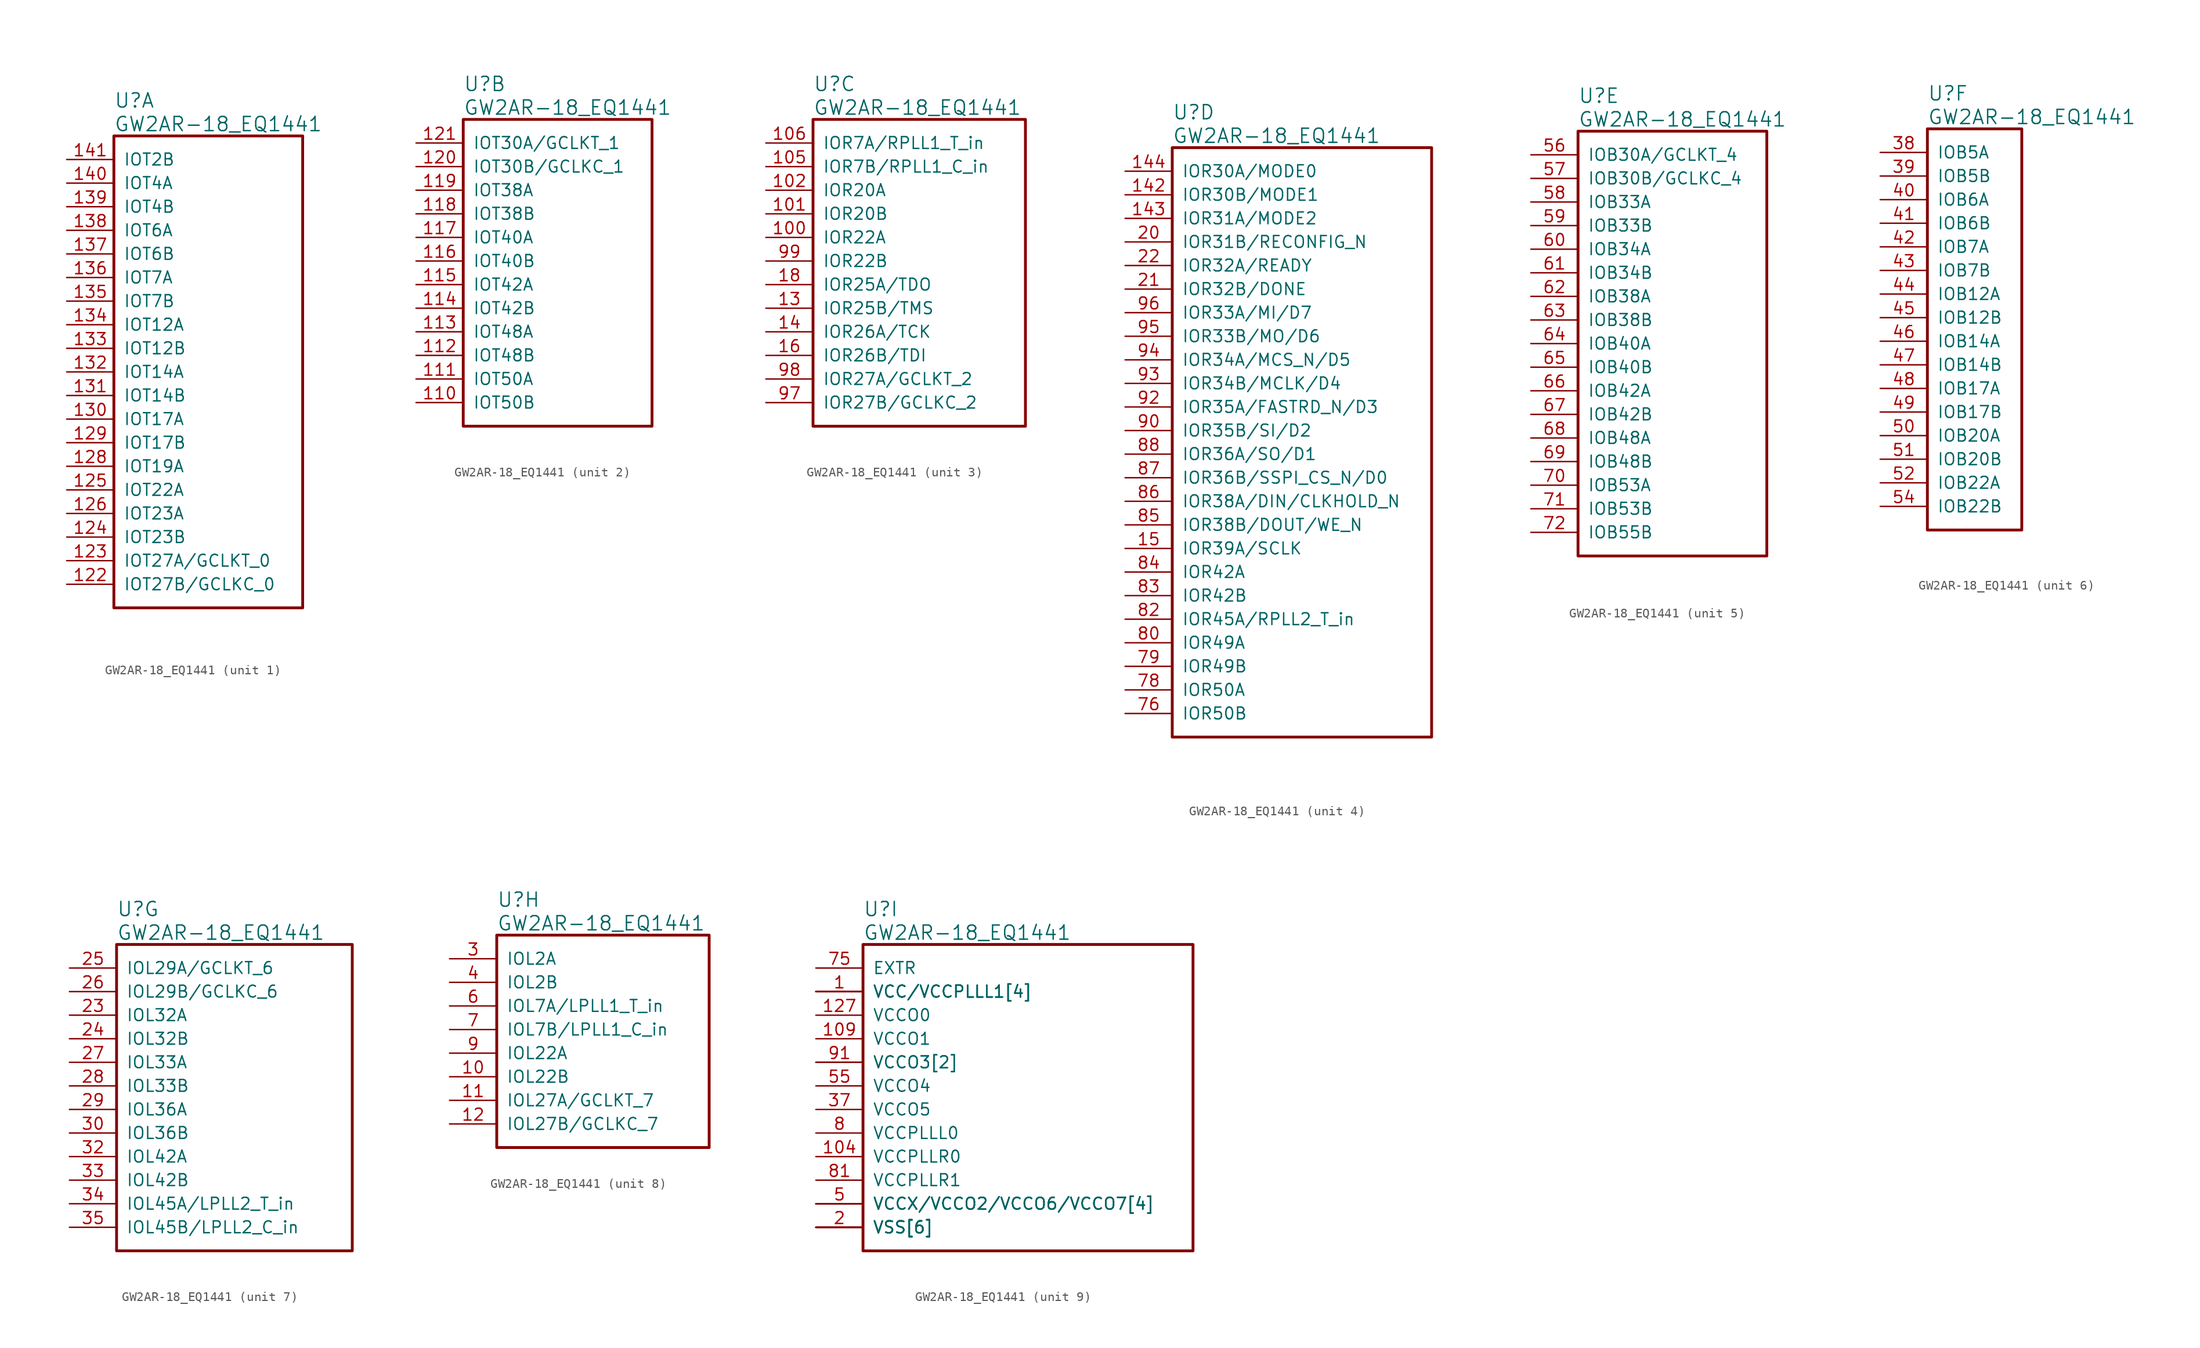
<source format=kicad_sym>
(kicad_symbol_lib
  (version 20220914)
  (generator kicad_symbol_editor)
  (symbol "GW2AR-18_EQ1441"
    (pin_names
      (offset 1.016))
    (property "Reference" "U"
      (at 5.08 6.35 0)
      (effects (font (size 1.524 1.524)) (justify left)))
    (property "Value" "GW2AR-18_EQ1441"
      (at 5.08 3.81 0)
      (effects (font (size 1.524 1.524)) (justify left)))
    (property "ki_locked" ""
      (at 0 0 0)
      (effects (font (size 1.27 1.27))))
    (symbol "GW2AR-18_EQ1441_1_1"
      (rectangle (start 5.08 2.54) (end 25.4 -48.26) (stroke (width 0.305) (type solid)) (fill (type none)))
      (pin bidirectional line (at 0 -45.72 0) (length 5.08) (name "IOT27B/GCLKC_0" (effects (font (size 1.27 1.27)))) (number "122" (effects (font (size 1.27 1.27)))))
      (pin bidirectional line (at 0 -43.18 0) (length 5.08) (name "IOT27A/GCLKT_0" (effects (font (size 1.27 1.27)))) (number "123" (effects (font (size 1.27 1.27)))))
      (pin bidirectional line (at 0 -40.64 0) (length 5.08) (name "IOT23B" (effects (font (size 1.27 1.27)))) (number "124" (effects (font (size 1.27 1.27)))))
      (pin bidirectional line (at 0 -35.56 0) (length 5.08) (name "IOT22A" (effects (font (size 1.27 1.27)))) (number "125" (effects (font (size 1.27 1.27)))))
      (pin bidirectional line (at 0 -38.1 0) (length 5.08) (name "IOT23A" (effects (font (size 1.27 1.27)))) (number "126" (effects (font (size 1.27 1.27)))))
      (pin bidirectional line (at 0 -33.02 0) (length 5.08) (name "IOT19A" (effects (font (size 1.27 1.27)))) (number "128" (effects (font (size 1.27 1.27)))))
      (pin bidirectional line (at 0 -30.48 0) (length 5.08) (name "IOT17B" (effects (font (size 1.27 1.27)))) (number "129" (effects (font (size 1.27 1.27)))))
      (pin bidirectional line (at 0 -27.94 0) (length 5.08) (name "IOT17A" (effects (font (size 1.27 1.27)))) (number "130" (effects (font (size 1.27 1.27)))))
      (pin bidirectional line (at 0 -25.4 0) (length 5.08) (name "IOT14B" (effects (font (size 1.27 1.27)))) (number "131" (effects (font (size 1.27 1.27)))))
      (pin bidirectional line (at 0 -22.86 0) (length 5.08) (name "IOT14A" (effects (font (size 1.27 1.27)))) (number "132" (effects (font (size 1.27 1.27)))))
      (pin bidirectional line (at 0 -20.32 0) (length 5.08) (name "IOT12B" (effects (font (size 1.27 1.27)))) (number "133" (effects (font (size 1.27 1.27)))))
      (pin bidirectional line (at 0 -17.78 0) (length 5.08) (name "IOT12A" (effects (font (size 1.27 1.27)))) (number "134" (effects (font (size 1.27 1.27)))))
      (pin bidirectional line (at 0 -15.24 0) (length 5.08) (name "IOT7B" (effects (font (size 1.27 1.27)))) (number "135" (effects (font (size 1.27 1.27)))))
      (pin bidirectional line (at 0 -12.7 0) (length 5.08) (name "IOT7A" (effects (font (size 1.27 1.27)))) (number "136" (effects (font (size 1.27 1.27)))))
      (pin bidirectional line (at 0 -10.16 0) (length 5.08) (name "IOT6B" (effects (font (size 1.27 1.27)))) (number "137" (effects (font (size 1.27 1.27)))))
      (pin bidirectional line (at 0 -7.62 0) (length 5.08) (name "IOT6A" (effects (font (size 1.27 1.27)))) (number "138" (effects (font (size 1.27 1.27)))))
      (pin bidirectional line (at 0 -5.08 0) (length 5.08) (name "IOT4B" (effects (font (size 1.27 1.27)))) (number "139" (effects (font (size 1.27 1.27)))))
      (pin bidirectional line (at 0 -2.54 0) (length 5.08) (name "IOT4A" (effects (font (size 1.27 1.27)))) (number "140" (effects (font (size 1.27 1.27)))))
      (pin bidirectional line (at 0 0 0) (length 5.08) (name "IOT2B" (effects (font (size 1.27 1.27)))) (number "141" (effects (font (size 1.27 1.27))))))
    (symbol "GW2AR-18_EQ1441_2_1"
      (rectangle (start 5.08 2.54) (end 25.4 -30.48) (stroke (width 0.305) (type solid)) (fill (type none)))
      (pin bidirectional line (at 0 -27.94 0) (length 5.08) (name "IOT50B" (effects (font (size 1.27 1.27)))) (number "110" (effects (font (size 1.27 1.27)))))
      (pin bidirectional line (at 0 -25.4 0) (length 5.08) (name "IOT50A" (effects (font (size 1.27 1.27)))) (number "111" (effects (font (size 1.27 1.27)))))
      (pin bidirectional line (at 0 -22.86 0) (length 5.08) (name "IOT48B" (effects (font (size 1.27 1.27)))) (number "112" (effects (font (size 1.27 1.27)))))
      (pin bidirectional line (at 0 -20.32 0) (length 5.08) (name "IOT48A" (effects (font (size 1.27 1.27)))) (number "113" (effects (font (size 1.27 1.27)))))
      (pin bidirectional line (at 0 -17.78 0) (length 5.08) (name "IOT42B" (effects (font (size 1.27 1.27)))) (number "114" (effects (font (size 1.27 1.27)))))
      (pin bidirectional line (at 0 -15.24 0) (length 5.08) (name "IOT42A" (effects (font (size 1.27 1.27)))) (number "115" (effects (font (size 1.27 1.27)))))
      (pin bidirectional line (at 0 -12.7 0) (length 5.08) (name "IOT40B" (effects (font (size 1.27 1.27)))) (number "116" (effects (font (size 1.27 1.27)))))
      (pin bidirectional line (at 0 -10.16 0) (length 5.08) (name "IOT40A" (effects (font (size 1.27 1.27)))) (number "117" (effects (font (size 1.27 1.27)))))
      (pin bidirectional line (at 0 -7.62 0) (length 5.08) (name "IOT38B" (effects (font (size 1.27 1.27)))) (number "118" (effects (font (size 1.27 1.27)))))
      (pin bidirectional line (at 0 -5.08 0) (length 5.08) (name "IOT38A" (effects (font (size 1.27 1.27)))) (number "119" (effects (font (size 1.27 1.27)))))
      (pin bidirectional line (at 0 -2.54 0) (length 5.08) (name "IOT30B/GCLKC_1" (effects (font (size 1.27 1.27)))) (number "120" (effects (font (size 1.27 1.27)))))
      (pin bidirectional line (at 0 0 0) (length 5.08) (name "IOT30A/GCLKT_1" (effects (font (size 1.27 1.27)))) (number "121" (effects (font (size 1.27 1.27))))))
    (symbol "GW2AR-18_EQ1441_3_1"
      (rectangle (start 5.08 2.54) (end 27.94 -30.48) (stroke (width 0.305) (type solid)) (fill (type none)))
      (pin bidirectional line (at 0 -10.16 0) (length 5.08) (name "IOR22A" (effects (font (size 1.27 1.27)))) (number "100" (effects (font (size 1.27 1.27)))))
      (pin bidirectional line (at 0 -7.62 0) (length 5.08) (name "IOR20B" (effects (font (size 1.27 1.27)))) (number "101" (effects (font (size 1.27 1.27)))))
      (pin bidirectional line (at 0 -5.08 0) (length 5.08) (name "IOR20A" (effects (font (size 1.27 1.27)))) (number "102" (effects (font (size 1.27 1.27)))))
      (pin bidirectional line (at 0 -2.54 0) (length 5.08) (name "IOR7B/RPLL1_C_in" (effects (font (size 1.27 1.27)))) (number "105" (effects (font (size 1.27 1.27)))))
      (pin bidirectional line (at 0 0 0) (length 5.08) (name "IOR7A/RPLL1_T_in" (effects (font (size 1.27 1.27)))) (number "106" (effects (font (size 1.27 1.27)))))
      (pin bidirectional line (at 0 -17.78 0) (length 5.08) (name "IOR25B/TMS" (effects (font (size 1.27 1.27)))) (number "13" (effects (font (size 1.27 1.27)))))
      (pin bidirectional line (at 0 -20.32 0) (length 5.08) (name "IOR26A/TCK" (effects (font (size 1.27 1.27)))) (number "14" (effects (font (size 1.27 1.27)))))
      (pin bidirectional line (at 0 -22.86 0) (length 5.08) (name "IOR26B/TDI" (effects (font (size 1.27 1.27)))) (number "16" (effects (font (size 1.27 1.27)))))
      (pin bidirectional line (at 0 -15.24 0) (length 5.08) (name "IOR25A/TDO" (effects (font (size 1.27 1.27)))) (number "18" (effects (font (size 1.27 1.27)))))
      (pin bidirectional line (at 0 -27.94 0) (length 5.08) (name "IOR27B/GCLKC_2" (effects (font (size 1.27 1.27)))) (number "97" (effects (font (size 1.27 1.27)))))
      (pin bidirectional line (at 0 -25.4 0) (length 5.08) (name "IOR27A/GCLKT_2" (effects (font (size 1.27 1.27)))) (number "98" (effects (font (size 1.27 1.27)))))
      (pin bidirectional line (at 0 -12.7 0) (length 5.08) (name "IOR22B" (effects (font (size 1.27 1.27)))) (number "99" (effects (font (size 1.27 1.27))))))
    (symbol "GW2AR-18_EQ1441_4_1"
      (rectangle (start 5.08 2.54) (end 33.02 -60.96) (stroke (width 0.305) (type solid)) (fill (type none)))
      (pin bidirectional line (at 0 -2.54 0) (length 5.08) (name "IOR30B/MODE1" (effects (font (size 1.27 1.27)))) (number "142" (effects (font (size 1.27 1.27)))))
      (pin bidirectional line (at 0 -5.08 0) (length 5.08) (name "IOR31A/MODE2" (effects (font (size 1.27 1.27)))) (number "143" (effects (font (size 1.27 1.27)))))
      (pin bidirectional line (at 0 0 0) (length 5.08) (name "IOR30A/MODE0" (effects (font (size 1.27 1.27)))) (number "144" (effects (font (size 1.27 1.27)))))
      (pin bidirectional line (at 0 -40.64 0) (length 5.08) (name "IOR39A/SCLK" (effects (font (size 1.27 1.27)))) (number "15" (effects (font (size 1.27 1.27)))))
      (pin bidirectional line (at 0 -7.62 0) (length 5.08) (name "IOR31B/RECONFIG_N" (effects (font (size 1.27 1.27)))) (number "20" (effects (font (size 1.27 1.27)))))
      (pin bidirectional line (at 0 -12.7 0) (length 5.08) (name "IOR32B/DONE" (effects (font (size 1.27 1.27)))) (number "21" (effects (font (size 1.27 1.27)))))
      (pin bidirectional line (at 0 -10.16 0) (length 5.08) (name "IOR32A/READY" (effects (font (size 1.27 1.27)))) (number "22" (effects (font (size 1.27 1.27)))))
      (pin bidirectional line (at 0 -58.42 0) (length 5.08) (name "IOR50B" (effects (font (size 1.27 1.27)))) (number "76" (effects (font (size 1.27 1.27)))))
      (pin bidirectional line (at 0 -55.88 0) (length 5.08) (name "IOR50A" (effects (font (size 1.27 1.27)))) (number "78" (effects (font (size 1.27 1.27)))))
      (pin bidirectional line (at 0 -53.34 0) (length 5.08) (name "IOR49B" (effects (font (size 1.27 1.27)))) (number "79" (effects (font (size 1.27 1.27)))))
      (pin bidirectional line (at 0 -50.8 0) (length 5.08) (name "IOR49A" (effects (font (size 1.27 1.27)))) (number "80" (effects (font (size 1.27 1.27)))))
      (pin bidirectional line (at 0 -48.26 0) (length 5.08) (name "IOR45A/RPLL2_T_in" (effects (font (size 1.27 1.27)))) (number "82" (effects (font (size 1.27 1.27)))))
      (pin bidirectional line (at 0 -45.72 0) (length 5.08) (name "IOR42B" (effects (font (size 1.27 1.27)))) (number "83" (effects (font (size 1.27 1.27)))))
      (pin bidirectional line (at 0 -43.18 0) (length 5.08) (name "IOR42A" (effects (font (size 1.27 1.27)))) (number "84" (effects (font (size 1.27 1.27)))))
      (pin bidirectional line (at 0 -38.1 0) (length 5.08) (name "IOR38B/DOUT/WE_N" (effects (font (size 1.27 1.27)))) (number "85" (effects (font (size 1.27 1.27)))))
      (pin bidirectional line (at 0 -35.56 0) (length 5.08) (name "IOR38A/DIN/CLKHOLD_N" (effects (font (size 1.27 1.27)))) (number "86" (effects (font (size 1.27 1.27)))))
      (pin bidirectional line (at 0 -33.02 0) (length 5.08) (name "IOR36B/SSPI_CS_N/D0" (effects (font (size 1.27 1.27)))) (number "87" (effects (font (size 1.27 1.27)))))
      (pin bidirectional line (at 0 -30.48 0) (length 5.08) (name "IOR36A/SO/D1" (effects (font (size 1.27 1.27)))) (number "88" (effects (font (size 1.27 1.27)))))
      (pin bidirectional line (at 0 -27.94 0) (length 5.08) (name "IOR35B/SI/D2" (effects (font (size 1.27 1.27)))) (number "90" (effects (font (size 1.27 1.27)))))
      (pin bidirectional line (at 0 -25.4 0) (length 5.08) (name "IOR35A/FASTRD_N/D3" (effects (font (size 1.27 1.27)))) (number "92" (effects (font (size 1.27 1.27)))))
      (pin bidirectional line (at 0 -22.86 0) (length 5.08) (name "IOR34B/MCLK/D4" (effects (font (size 1.27 1.27)))) (number "93" (effects (font (size 1.27 1.27)))))
      (pin bidirectional line (at 0 -20.32 0) (length 5.08) (name "IOR34A/MCS_N/D5" (effects (font (size 1.27 1.27)))) (number "94" (effects (font (size 1.27 1.27)))))
      (pin bidirectional line (at 0 -17.78 0) (length 5.08) (name "IOR33B/MO/D6" (effects (font (size 1.27 1.27)))) (number "95" (effects (font (size 1.27 1.27)))))
      (pin bidirectional line (at 0 -15.24 0) (length 5.08) (name "IOR33A/MI/D7" (effects (font (size 1.27 1.27)))) (number "96" (effects (font (size 1.27 1.27))))))
    (symbol "GW2AR-18_EQ1441_5_1"
      (rectangle (start 5.08 2.54) (end 25.4 -43.18) (stroke (width 0.305) (type solid)) (fill (type none)))
      (pin bidirectional line (at 0 0 0) (length 5.08) (name "IOB30A/GCLKT_4" (effects (font (size 1.27 1.27)))) (number "56" (effects (font (size 1.27 1.27)))))
      (pin bidirectional line (at 0 -2.54 0) (length 5.08) (name "IOB30B/GCLKC_4" (effects (font (size 1.27 1.27)))) (number "57" (effects (font (size 1.27 1.27)))))
      (pin bidirectional line (at 0 -5.08 0) (length 5.08) (name "IOB33A" (effects (font (size 1.27 1.27)))) (number "58" (effects (font (size 1.27 1.27)))))
      (pin bidirectional line (at 0 -7.62 0) (length 5.08) (name "IOB33B" (effects (font (size 1.27 1.27)))) (number "59" (effects (font (size 1.27 1.27)))))
      (pin bidirectional line (at 0 -10.16 0) (length 5.08) (name "IOB34A" (effects (font (size 1.27 1.27)))) (number "60" (effects (font (size 1.27 1.27)))))
      (pin bidirectional line (at 0 -12.7 0) (length 5.08) (name "IOB34B" (effects (font (size 1.27 1.27)))) (number "61" (effects (font (size 1.27 1.27)))))
      (pin bidirectional line (at 0 -15.24 0) (length 5.08) (name "IOB38A" (effects (font (size 1.27 1.27)))) (number "62" (effects (font (size 1.27 1.27)))))
      (pin bidirectional line (at 0 -17.78 0) (length 5.08) (name "IOB38B" (effects (font (size 1.27 1.27)))) (number "63" (effects (font (size 1.27 1.27)))))
      (pin bidirectional line (at 0 -20.32 0) (length 5.08) (name "IOB40A" (effects (font (size 1.27 1.27)))) (number "64" (effects (font (size 1.27 1.27)))))
      (pin bidirectional line (at 0 -22.86 0) (length 5.08) (name "IOB40B" (effects (font (size 1.27 1.27)))) (number "65" (effects (font (size 1.27 1.27)))))
      (pin bidirectional line (at 0 -25.4 0) (length 5.08) (name "IOB42A" (effects (font (size 1.27 1.27)))) (number "66" (effects (font (size 1.27 1.27)))))
      (pin bidirectional line (at 0 -27.94 0) (length 5.08) (name "IOB42B" (effects (font (size 1.27 1.27)))) (number "67" (effects (font (size 1.27 1.27)))))
      (pin bidirectional line (at 0 -30.48 0) (length 5.08) (name "IOB48A" (effects (font (size 1.27 1.27)))) (number "68" (effects (font (size 1.27 1.27)))))
      (pin bidirectional line (at 0 -33.02 0) (length 5.08) (name "IOB48B" (effects (font (size 1.27 1.27)))) (number "69" (effects (font (size 1.27 1.27)))))
      (pin bidirectional line (at 0 -35.56 0) (length 5.08) (name "IOB53A" (effects (font (size 1.27 1.27)))) (number "70" (effects (font (size 1.27 1.27)))))
      (pin bidirectional line (at 0 -38.1 0) (length 5.08) (name "IOB53B" (effects (font (size 1.27 1.27)))) (number "71" (effects (font (size 1.27 1.27)))))
      (pin bidirectional line (at 0 -40.64 0) (length 5.08) (name "IOB55B" (effects (font (size 1.27 1.27)))) (number "72" (effects (font (size 1.27 1.27))))))
    (symbol "GW2AR-18_EQ1441_6_1"
      (rectangle (start 5.08 2.54) (end 15.24 -40.64) (stroke (width 0.305) (type solid)) (fill (type none)))
      (pin bidirectional line (at 0 0 0) (length 5.08) (name "IOB5A" (effects (font (size 1.27 1.27)))) (number "38" (effects (font (size 1.27 1.27)))))
      (pin bidirectional line (at 0 -2.54 0) (length 5.08) (name "IOB5B" (effects (font (size 1.27 1.27)))) (number "39" (effects (font (size 1.27 1.27)))))
      (pin bidirectional line (at 0 -5.08 0) (length 5.08) (name "IOB6A" (effects (font (size 1.27 1.27)))) (number "40" (effects (font (size 1.27 1.27)))))
      (pin bidirectional line (at 0 -7.62 0) (length 5.08) (name "IOB6B" (effects (font (size 1.27 1.27)))) (number "41" (effects (font (size 1.27 1.27)))))
      (pin bidirectional line (at 0 -10.16 0) (length 5.08) (name "IOB7A" (effects (font (size 1.27 1.27)))) (number "42" (effects (font (size 1.27 1.27)))))
      (pin bidirectional line (at 0 -12.7 0) (length 5.08) (name "IOB7B" (effects (font (size 1.27 1.27)))) (number "43" (effects (font (size 1.27 1.27)))))
      (pin bidirectional line (at 0 -15.24 0) (length 5.08) (name "IOB12A" (effects (font (size 1.27 1.27)))) (number "44" (effects (font (size 1.27 1.27)))))
      (pin bidirectional line (at 0 -17.78 0) (length 5.08) (name "IOB12B" (effects (font (size 1.27 1.27)))) (number "45" (effects (font (size 1.27 1.27)))))
      (pin bidirectional line (at 0 -20.32 0) (length 5.08) (name "IOB14A" (effects (font (size 1.27 1.27)))) (number "46" (effects (font (size 1.27 1.27)))))
      (pin bidirectional line (at 0 -22.86 0) (length 5.08) (name "IOB14B" (effects (font (size 1.27 1.27)))) (number "47" (effects (font (size 1.27 1.27)))))
      (pin bidirectional line (at 0 -25.4 0) (length 5.08) (name "IOB17A" (effects (font (size 1.27 1.27)))) (number "48" (effects (font (size 1.27 1.27)))))
      (pin bidirectional line (at 0 -27.94 0) (length 5.08) (name "IOB17B" (effects (font (size 1.27 1.27)))) (number "49" (effects (font (size 1.27 1.27)))))
      (pin bidirectional line (at 0 -30.48 0) (length 5.08) (name "IOB20A" (effects (font (size 1.27 1.27)))) (number "50" (effects (font (size 1.27 1.27)))))
      (pin bidirectional line (at 0 -33.02 0) (length 5.08) (name "IOB20B" (effects (font (size 1.27 1.27)))) (number "51" (effects (font (size 1.27 1.27)))))
      (pin bidirectional line (at 0 -35.56 0) (length 5.08) (name "IOB22A" (effects (font (size 1.27 1.27)))) (number "52" (effects (font (size 1.27 1.27)))))
      (pin bidirectional line (at 0 -38.1 0) (length 5.08) (name "IOB22B" (effects (font (size 1.27 1.27)))) (number "54" (effects (font (size 1.27 1.27))))))
    (symbol "GW2AR-18_EQ1441_7_1"
      (rectangle (start 5.08 2.54) (end 30.48 -30.48) (stroke (width 0.305) (type solid)) (fill (type none)))
      (pin bidirectional line (at 0 -5.08 0) (length 5.08) (name "IOL32A" (effects (font (size 1.27 1.27)))) (number "23" (effects (font (size 1.27 1.27)))))
      (pin bidirectional line (at 0 -7.62 0) (length 5.08) (name "IOL32B" (effects (font (size 1.27 1.27)))) (number "24" (effects (font (size 1.27 1.27)))))
      (pin bidirectional line (at 0 0 0) (length 5.08) (name "IOL29A/GCLKT_6" (effects (font (size 1.27 1.27)))) (number "25" (effects (font (size 1.27 1.27)))))
      (pin bidirectional line (at 0 -2.54 0) (length 5.08) (name "IOL29B/GCLKC_6" (effects (font (size 1.27 1.27)))) (number "26" (effects (font (size 1.27 1.27)))))
      (pin bidirectional line (at 0 -10.16 0) (length 5.08) (name "IOL33A" (effects (font (size 1.27 1.27)))) (number "27" (effects (font (size 1.27 1.27)))))
      (pin bidirectional line (at 0 -12.7 0) (length 5.08) (name "IOL33B" (effects (font (size 1.27 1.27)))) (number "28" (effects (font (size 1.27 1.27)))))
      (pin bidirectional line (at 0 -15.24 0) (length 5.08) (name "IOL36A" (effects (font (size 1.27 1.27)))) (number "29" (effects (font (size 1.27 1.27)))))
      (pin bidirectional line (at 0 -17.78 0) (length 5.08) (name "IOL36B" (effects (font (size 1.27 1.27)))) (number "30" (effects (font (size 1.27 1.27)))))
      (pin bidirectional line (at 0 -20.32 0) (length 5.08) (name "IOL42A" (effects (font (size 1.27 1.27)))) (number "32" (effects (font (size 1.27 1.27)))))
      (pin bidirectional line (at 0 -22.86 0) (length 5.08) (name "IOL42B" (effects (font (size 1.27 1.27)))) (number "33" (effects (font (size 1.27 1.27)))))
      (pin bidirectional line (at 0 -25.4 0) (length 5.08) (name "IOL45A/LPLL2_T_in" (effects (font (size 1.27 1.27)))) (number "34" (effects (font (size 1.27 1.27)))))
      (pin bidirectional line (at 0 -27.94 0) (length 5.08) (name "IOL45B/LPLL2_C_in" (effects (font (size 1.27 1.27)))) (number "35" (effects (font (size 1.27 1.27))))))
    (symbol "GW2AR-18_EQ1441_8_1"
      (rectangle (start 5.08 2.54) (end 27.94 -20.32) (stroke (width 0.305) (type solid)) (fill (type none)))
      (pin bidirectional line (at 0 -12.7 0) (length 5.08) (name "IOL22B" (effects (font (size 1.27 1.27)))) (number "10" (effects (font (size 1.27 1.27)))))
      (pin bidirectional line (at 0 -15.24 0) (length 5.08) (name "IOL27A/GCLKT_7" (effects (font (size 1.27 1.27)))) (number "11" (effects (font (size 1.27 1.27)))))
      (pin bidirectional line (at 0 -17.78 0) (length 5.08) (name "IOL27B/GCLKC_7" (effects (font (size 1.27 1.27)))) (number "12" (effects (font (size 1.27 1.27)))))
      (pin bidirectional line (at 0 0 0) (length 5.08) (name "IOL2A" (effects (font (size 1.27 1.27)))) (number "3" (effects (font (size 1.27 1.27)))))
      (pin bidirectional line (at 0 -2.54 0) (length 5.08) (name "IOL2B" (effects (font (size 1.27 1.27)))) (number "4" (effects (font (size 1.27 1.27)))))
      (pin bidirectional line (at 0 -5.08 0) (length 5.08) (name "IOL7A/LPLL1_T_in" (effects (font (size 1.27 1.27)))) (number "6" (effects (font (size 1.27 1.27)))))
      (pin bidirectional line (at 0 -7.62 0) (length 5.08) (name "IOL7B/LPLL1_C_in" (effects (font (size 1.27 1.27)))) (number "7" (effects (font (size 1.27 1.27)))))
      (pin bidirectional line (at 0 -10.16 0) (length 5.08) (name "IOL22A" (effects (font (size 1.27 1.27)))) (number "9" (effects (font (size 1.27 1.27))))))
    (symbol "GW2AR-18_EQ1441_9_1"
      (rectangle (start 5.08 2.54) (end 40.64 -30.48) (stroke (width 0.305) (type solid)) (fill (type none)))
      (pin power_in line (at 0 -2.54 0) (length 5.08) (name "VCC/VCCPLLL1[4]" (effects (font (size 1.27 1.27)))) (number "1" (effects (font (size 1.27 1.27)))))
      (pin power_in line (at 0 -25.4 0) (length 5.08) (name "VCCX/VCCO2/VCCO6/VCCO7[4]" (effects (font (size 1.27 1.27)))) (number "103" (effects (font (size 0 0)))))
      (pin power_in line (at 0 -20.32 0) (length 5.08) (name "VCCPLLR0" (effects (font (size 1.27 1.27)))) (number "104" (effects (font (size 1.27 1.27)))))
      (pin power_in line (at 0 -27.94 0) (length 5.08) (name "VSS[6]" (effects (font (size 1.27 1.27)))) (number "107" (effects (font (size 0 0)))))
      (pin power_in line (at 0 -2.54 0) (length 5.08) (name "VCC/VCCPLLL1[4]" (effects (font (size 1.27 1.27)))) (number "108" (effects (font (size 0 0)))))
      (pin power_in line (at 0 -7.62 0) (length 5.08) (name "VCCO1" (effects (font (size 1.27 1.27)))) (number "109" (effects (font (size 1.27 1.27)))))
      (pin power_in line (at 0 -5.08 0) (length 5.08) (name "VCCO0" (effects (font (size 1.27 1.27)))) (number "127" (effects (font (size 1.27 1.27)))))
      (pin power_in line (at 0 -27.94 0) (length 5.08) (name "VSS[6]" (effects (font (size 1.27 1.27)))) (number "17" (effects (font (size 0 0)))))
      (pin power_in line (at 0 -25.4 0) (length 5.08) (name "VCCX/VCCO2/VCCO6/VCCO7[4]" (effects (font (size 1.27 1.27)))) (number "19" (effects (font (size 0 0)))))
      (pin power_in line (at 0 -27.94 0) (length 5.08) (name "VSS[6]" (effects (font (size 1.27 1.27)))) (number "2" (effects (font (size 1.27 1.27)))))
      (pin power_in line (at 0 -25.4 0) (length 5.08) (name "VCCX/VCCO2/VCCO6/VCCO7[4]" (effects (font (size 1.27 1.27)))) (number "31" (effects (font (size 0 0)))))
      (pin power_in line (at 0 -2.54 0) (length 5.08) (name "VCC/VCCPLLL1[4]" (effects (font (size 1.27 1.27)))) (number "36" (effects (font (size 0 0)))))
      (pin power_in line (at 0 -15.24 0) (length 5.08) (name "VCCO5" (effects (font (size 1.27 1.27)))) (number "37" (effects (font (size 1.27 1.27)))))
      (pin power_in line (at 0 -25.4 0) (length 5.08) (name "VCCX/VCCO2/VCCO6/VCCO7[4]" (effects (font (size 1.27 1.27)))) (number "5" (effects (font (size 1.27 1.27)))))
      (pin power_in line (at 0 -27.94 0) (length 5.08) (name "VSS[6]" (effects (font (size 1.27 1.27)))) (number "53" (effects (font (size 0 0)))))
      (pin power_in line (at 0 -12.7 0) (length 5.08) (name "VCCO4" (effects (font (size 1.27 1.27)))) (number "55" (effects (font (size 1.27 1.27)))))
      (pin power_in line (at 0 -2.54 0) (length 5.08) (name "VCC/VCCPLLL1[4]" (effects (font (size 1.27 1.27)))) (number "73" (effects (font (size 0 0)))))
      (pin power_in line (at 0 -27.94 0) (length 5.08) (name "VSS[6]" (effects (font (size 1.27 1.27)))) (number "74" (effects (font (size 0 0)))))
      (pin power_in line (at 0 0 0) (length 5.08) (name "EXTR" (effects (font (size 1.27 1.27)))) (number "75" (effects (font (size 1.27 1.27)))))
      (pin power_in line (at 0 -10.16 0) (length 5.08) (name "VCCO3[2]" (effects (font (size 1.27 1.27)))) (number "77" (effects (font (size 0 0)))))
      (pin power_in line (at 0 -17.78 0) (length 5.08) (name "VCCPLLL0" (effects (font (size 1.27 1.27)))) (number "8" (effects (font (size 1.27 1.27)))))
      (pin power_in line (at 0 -22.86 0) (length 5.08) (name "VCCPLLR1" (effects (font (size 1.27 1.27)))) (number "81" (effects (font (size 1.27 1.27)))))
      (pin power_in line (at 0 -27.94 0) (length 5.08) (name "VSS[6]" (effects (font (size 1.27 1.27)))) (number "89" (effects (font (size 0 0)))))
      (pin power_in line (at 0 -10.16 0) (length 5.08) (name "VCCO3[2]" (effects (font (size 1.27 1.27)))) (number "91" (effects (font (size 1.27 1.27))))))))
</source>
